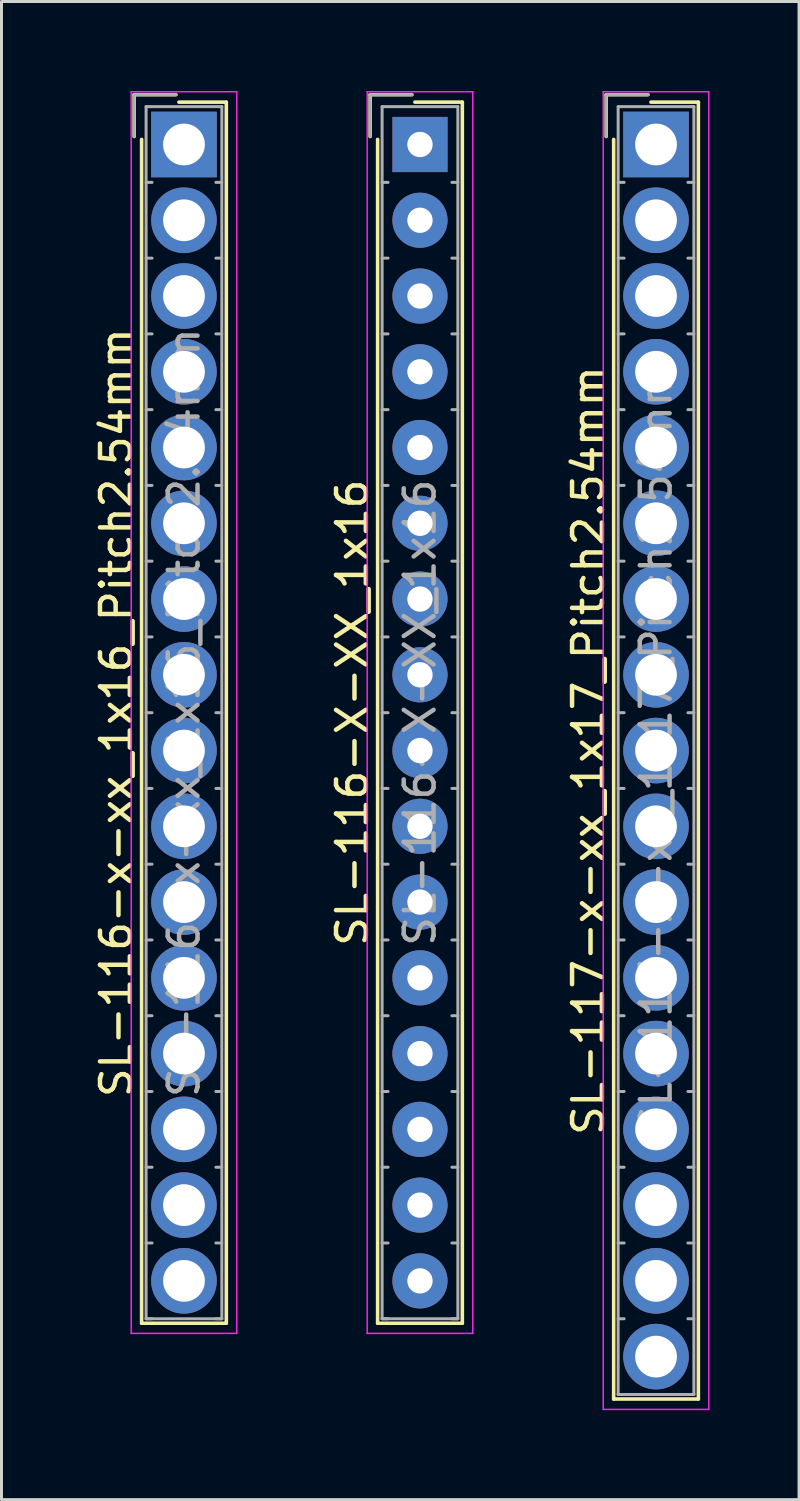
<source format=kicad_pcb>
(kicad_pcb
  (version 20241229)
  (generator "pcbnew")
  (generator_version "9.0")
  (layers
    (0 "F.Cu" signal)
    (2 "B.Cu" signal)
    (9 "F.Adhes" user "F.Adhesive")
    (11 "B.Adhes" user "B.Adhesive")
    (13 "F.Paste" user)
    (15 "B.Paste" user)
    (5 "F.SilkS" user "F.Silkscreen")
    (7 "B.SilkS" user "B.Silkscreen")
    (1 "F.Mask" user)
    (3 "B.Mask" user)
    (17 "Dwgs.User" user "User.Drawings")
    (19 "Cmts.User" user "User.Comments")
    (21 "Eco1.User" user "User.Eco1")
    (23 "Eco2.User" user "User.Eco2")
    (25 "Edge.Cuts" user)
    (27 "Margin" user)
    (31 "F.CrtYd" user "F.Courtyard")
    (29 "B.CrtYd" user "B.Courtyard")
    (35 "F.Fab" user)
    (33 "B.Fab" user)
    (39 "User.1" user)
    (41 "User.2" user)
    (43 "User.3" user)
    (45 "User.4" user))
  (footprint "SL-117-x-xx_1x17_Pitch2.54mm"
    (layer "F.Cu")
    (at 18.945 1.795)
    (property "Reference" "SL-117-x-xx_1x17_Pitch2.54mm" (at -2.27 20.32 90) (layer "F.SilkS") (effects (font (size 1 1) (thickness 0.15))))
    (attr through_hole)
    (fp_line (start -1.67 -1.67) (end -1.67 -0.27) (stroke (width 0.12) (type solid)) (layer "F.SilkS"))
    (fp_line (start -1.42 42.06) (end -1.42 -0.17) (stroke (width 0.12) (type solid)) (layer "F.SilkS"))
    (fp_line (start -0.27 -1.67) (end -1.67 -1.67) (stroke (width 0.12) (type solid)) (layer "F.SilkS"))
    (fp_line (start -0.17 -1.42) (end 1.42 -1.42) (stroke (width 0.12) (type solid)) (layer "F.SilkS"))
    (fp_line (start 1.42 -1.42) (end 1.42 42.06) (stroke (width 0.12) (type solid)) (layer "F.SilkS"))
    (fp_line (start 1.42 42.06) (end -1.42 42.06) (stroke (width 0.12) (type solid)) (layer "F.SilkS"))
    (fp_line (start -1.77 -1.77) (end -1.77 42.41) (stroke (width 0.05) (type solid)) (layer "F.CrtYd"))
    (fp_line (start -1.77 42.41) (end 1.77 42.41) (stroke (width 0.05) (type solid)) (layer "F.CrtYd"))
    (fp_line (start 1.77 -1.77) (end -1.77 -1.77) (stroke (width 0.05) (type solid)) (layer "F.CrtYd"))
    (fp_line (start 1.77 42.41) (end 1.77 -1.77) (stroke (width 0.05) (type solid)) (layer "F.CrtYd"))
    (fp_line (start -1.67 -1.67) (end -1.67 -0.27) (stroke (width 0.1) (type solid)) (layer "F.Fab"))
    (fp_line (start -1.27 -1.27) (end -1.27 41.91) (stroke (width 0.1) (type solid)) (layer "F.Fab"))
    (fp_line (start -1.27 1.27) (end -1.07 1.27) (stroke (width 0.1) (type solid)) (layer "F.Fab"))
    (fp_line (start -1.27 3.81) (end -1.07 3.81) (stroke (width 0.1) (type solid)) (layer "F.Fab"))
    (fp_line (start -1.27 6.35) (end -1.07 6.35) (stroke (width 0.1) (type solid)) (layer "F.Fab"))
    (fp_line (start -1.27 8.89) (end -1.07 8.89) (stroke (width 0.1) (type solid)) (layer "F.Fab"))
    (fp_line (start -1.27 11.43) (end -1.07 11.43) (stroke (width 0.1) (type solid)) (layer "F.Fab"))
    (fp_line (start -1.27 13.97) (end -1.07 13.97) (stroke (width 0.1) (type solid)) (layer "F.Fab"))
    (fp_line (start -1.27 16.51) (end -1.07 16.51) (stroke (width 0.1) (type solid)) (layer "F.Fab"))
    (fp_line (start -1.27 19.05) (end -1.07 19.05) (stroke (width 0.1) (type solid)) (layer "F.Fab"))
    (fp_line (start -1.27 21.59) (end -1.07 21.59) (stroke (width 0.1) (type solid)) (layer "F.Fab"))
    (fp_line (start -1.27 24.13) (end -1.07 24.13) (stroke (width 0.1) (type solid)) (layer "F.Fab"))
    (fp_line (start -1.27 26.67) (end -1.07 26.67) (stroke (width 0.1) (type solid)) (layer "F.Fab"))
    (fp_line (start -1.27 29.21) (end -1.07 29.21) (stroke (width 0.1) (type solid)) (layer "F.Fab"))
    (fp_line (start -1.27 31.75) (end -1.07 31.75) (stroke (width 0.1) (type solid)) (layer "F.Fab"))
    (fp_line (start -1.27 34.29) (end -1.07 34.29) (stroke (width 0.1) (type solid)) (layer "F.Fab"))
    (fp_line (start -1.27 36.83) (end -1.07 36.83) (stroke (width 0.1) (type solid)) (layer "F.Fab"))
    (fp_line (start -1.27 39.37) (end -1.07 39.37) (stroke (width 0.1) (type solid)) (layer "F.Fab"))
    (fp_line (start -1.27 41.91) (end -1.07 41.91) (stroke (width 0.1) (type solid)) (layer "F.Fab"))
    (fp_line (start -1.27 41.91) (end 1.27 41.91) (stroke (width 0.1) (type solid)) (layer "F.Fab"))
    (fp_line (start -0.27 -1.67) (end -1.67 -1.67) (stroke (width 0.1) (type solid)) (layer "F.Fab"))
    (fp_line (start 1.27 -1.27) (end -1.27 -1.27) (stroke (width 0.1) (type solid)) (layer "F.Fab"))
    (fp_line (start 1.27 1.27) (end 1.07 1.27) (stroke (width 0.1) (type solid)) (layer "F.Fab"))
    (fp_line (start 1.27 3.81) (end 1.07 3.81) (stroke (width 0.1) (type solid)) (layer "F.Fab"))
    (fp_line (start 1.27 6.35) (end 1.07 6.35) (stroke (width 0.1) (type solid)) (layer "F.Fab"))
    (fp_line (start 1.27 8.89) (end 1.07 8.89) (stroke (width 0.1) (type solid)) (layer "F.Fab"))
    (fp_line (start 1.27 11.43) (end 1.07 11.43) (stroke (width 0.1) (type solid)) (layer "F.Fab"))
    (fp_line (start 1.27 13.97) (end 1.07 13.97) (stroke (width 0.1) (type solid)) (layer "F.Fab"))
    (fp_line (start 1.27 16.51) (end 1.07 16.51) (stroke (width 0.1) (type solid)) (layer "F.Fab"))
    (fp_line (start 1.27 19.05) (end 1.07 19.05) (stroke (width 0.1) (type solid)) (layer "F.Fab"))
    (fp_line (start 1.27 21.59) (end 1.07 21.59) (stroke (width 0.1) (type solid)) (layer "F.Fab"))
    (fp_line (start 1.27 24.13) (end 1.07 24.13) (stroke (width 0.1) (type solid)) (layer "F.Fab"))
    (fp_line (start 1.27 26.67) (end 1.07 26.67) (stroke (width 0.1) (type solid)) (layer "F.Fab"))
    (fp_line (start 1.27 29.21) (end 1.07 29.21) (stroke (width 0.1) (type solid)) (layer "F.Fab"))
    (fp_line (start 1.27 31.75) (end 1.07 31.75) (stroke (width 0.1) (type solid)) (layer "F.Fab"))
    (fp_line (start 1.27 34.29) (end 1.07 34.29) (stroke (width 0.1) (type solid)) (layer "F.Fab"))
    (fp_line (start 1.27 36.83) (end 1.07 36.83) (stroke (width 0.1) (type solid)) (layer "F.Fab"))
    (fp_line (start 1.27 39.37) (end 1.07 39.37) (stroke (width 0.1) (type solid)) (layer "F.Fab"))
    (fp_line (start 1.27 41.91) (end 1.07 41.91) (stroke (width 0.1) (type solid)) (layer "F.Fab"))
    (fp_line (start 1.27 41.91) (end 1.27 -1.27) (stroke (width 0.1) (type solid)) (layer "F.Fab"))
    (fp_text user "${REFERENCE}" (at 0 20.32 90) (layer "F.Fab") (effects (font (size 1 1) (thickness 0.15))))
    (pad "1" thru_hole rect (at 0 0) (size 2.2 2.2) (drill 1.4) (layers "*.Cu" "*.Mask"))
    (pad "2" thru_hole circle (at 0 2.54) (size 2.2 2.2) (drill 1.4) (layers "*.Cu" "*.Mask"))
    (pad "3" thru_hole circle (at 0 5.08) (size 2.2 2.2) (drill 1.4) (layers "*.Cu" "*.Mask"))
    (pad "4" thru_hole circle (at 0 7.62) (size 2.2 2.2) (drill 1.4) (layers "*.Cu" "*.Mask"))
    (pad "5" thru_hole circle (at 0 10.16) (size 2.2 2.2) (drill 1.4) (layers "*.Cu" "*.Mask"))
    (pad "6" thru_hole circle (at 0 12.7) (size 2.2 2.2) (drill 1.4) (layers "*.Cu" "*.Mask"))
    (pad "7" thru_hole circle (at 0 15.24) (size 2.2 2.2) (drill 1.4) (layers "*.Cu" "*.Mask"))
    (pad "8" thru_hole circle (at 0 17.78) (size 2.2 2.2) (drill 1.4) (layers "*.Cu" "*.Mask"))
    (pad "9" thru_hole circle (at 0 20.32) (size 2.2 2.2) (drill 1.4) (layers "*.Cu" "*.Mask"))
    (pad "10" thru_hole circle (at 0 22.86) (size 2.2 2.2) (drill 1.4) (layers "*.Cu" "*.Mask"))
    (pad "11" thru_hole circle (at 0 25.4) (size 2.2 2.2) (drill 1.4) (layers "*.Cu" "*.Mask"))
    (pad "12" thru_hole circle (at 0 27.94) (size 2.2 2.2) (drill 1.4) (layers "*.Cu" "*.Mask"))
    (pad "13" thru_hole circle (at 0 30.48) (size 2.2 2.2) (drill 1.4) (layers "*.Cu" "*.Mask"))
    (pad "14" thru_hole circle (at 0 33.02) (size 2.2 2.2) (drill 1.4) (layers "*.Cu" "*.Mask"))
    (pad "15" thru_hole circle (at 0 35.56) (size 2.2 2.2) (drill 1.4) (layers "*.Cu" "*.Mask"))
    (pad "16" thru_hole circle (at 0 38.1) (size 2.2 2.2) (drill 1.4) (layers "*.Cu" "*.Mask"))
    (pad "17" thru_hole circle (at 0 40.64) (size 2.2 2.2) (drill 1.4) (layers "*.Cu" "*.Mask")))
  (footprint "SL-116-x-xx_1x16_Pitch2.54mm"
    (layer "F.Cu")
    (at 3.118 1.795)
    (property "Reference" "SL-116-x-xx_1x16_Pitch2.54mm" (at -2.27 19.05 90) (layer "F.SilkS") (effects (font (size 1 1) (thickness 0.15))))
    (attr through_hole)
    (fp_line (start -1.67 -1.67) (end -1.67 -0.27) (stroke (width 0.12) (type solid)) (layer "F.SilkS"))
    (fp_line (start -1.42 39.52) (end -1.42 -0.17) (stroke (width 0.12) (type solid)) (layer "F.SilkS"))
    (fp_line (start -0.27 -1.67) (end -1.67 -1.67) (stroke (width 0.12) (type solid)) (layer "F.SilkS"))
    (fp_line (start -0.17 -1.42) (end 1.42 -1.42) (stroke (width 0.12) (type solid)) (layer "F.SilkS"))
    (fp_line (start 1.42 -1.42) (end 1.42 39.52) (stroke (width 0.12) (type solid)) (layer "F.SilkS"))
    (fp_line (start 1.42 39.52) (end -1.42 39.52) (stroke (width 0.12) (type solid)) (layer "F.SilkS"))
    (fp_line (start -1.77 -1.77) (end -1.77 39.86) (stroke (width 0.05) (type solid)) (layer "F.CrtYd"))
    (fp_line (start -1.77 39.86) (end 1.77 39.86) (stroke (width 0.05) (type solid)) (layer "F.CrtYd"))
    (fp_line (start 1.77 -1.77) (end -1.77 -1.77) (stroke (width 0.05) (type solid)) (layer "F.CrtYd"))
    (fp_line (start 1.77 39.86) (end 1.77 -1.77) (stroke (width 0.05) (type solid)) (layer "F.CrtYd"))
    (fp_line (start -1.67 -1.67) (end -1.67 -0.27) (stroke (width 0.1) (type solid)) (layer "F.Fab"))
    (fp_line (start -1.27 -1.27) (end -1.27 39.37) (stroke (width 0.1) (type solid)) (layer "F.Fab"))
    (fp_line (start -1.27 1.27) (end -1.07 1.27) (stroke (width 0.1) (type solid)) (layer "F.Fab"))
    (fp_line (start -1.27 3.81) (end -1.07 3.81) (stroke (width 0.1) (type solid)) (layer "F.Fab"))
    (fp_line (start -1.27 6.35) (end -1.07 6.35) (stroke (width 0.1) (type solid)) (layer "F.Fab"))
    (fp_line (start -1.27 8.89) (end -1.07 8.89) (stroke (width 0.1) (type solid)) (layer "F.Fab"))
    (fp_line (start -1.27 11.43) (end -1.07 11.43) (stroke (width 0.1) (type solid)) (layer "F.Fab"))
    (fp_line (start -1.27 13.97) (end -1.07 13.97) (stroke (width 0.1) (type solid)) (layer "F.Fab"))
    (fp_line (start -1.27 16.51) (end -1.07 16.51) (stroke (width 0.1) (type solid)) (layer "F.Fab"))
    (fp_line (start -1.27 19.05) (end -1.07 19.05) (stroke (width 0.1) (type solid)) (layer "F.Fab"))
    (fp_line (start -1.27 21.59) (end -1.07 21.59) (stroke (width 0.1) (type solid)) (layer "F.Fab"))
    (fp_line (start -1.27 24.13) (end -1.07 24.13) (stroke (width 0.1) (type solid)) (layer "F.Fab"))
    (fp_line (start -1.27 26.67) (end -1.07 26.67) (stroke (width 0.1) (type solid)) (layer "F.Fab"))
    (fp_line (start -1.27 29.21) (end -1.07 29.21) (stroke (width 0.1) (type solid)) (layer "F.Fab"))
    (fp_line (start -1.27 31.75) (end -1.07 31.75) (stroke (width 0.1) (type solid)) (layer "F.Fab"))
    (fp_line (start -1.27 34.29) (end -1.07 34.29) (stroke (width 0.1) (type solid)) (layer "F.Fab"))
    (fp_line (start -1.27 36.83) (end -1.07 36.83) (stroke (width 0.1) (type solid)) (layer "F.Fab"))
    (fp_line (start -1.27 39.37) (end -1.07 39.37) (stroke (width 0.1) (type solid)) (layer "F.Fab"))
    (fp_line (start -1.27 39.37) (end 1.27 39.37) (stroke (width 0.1) (type solid)) (layer "F.Fab"))
    (fp_line (start -0.27 -1.67) (end -1.67 -1.67) (stroke (width 0.1) (type solid)) (layer "F.Fab"))
    (fp_line (start 1.27 -1.27) (end -1.27 -1.27) (stroke (width 0.1) (type solid)) (layer "F.Fab"))
    (fp_line (start 1.27 1.27) (end 1.07 1.27) (stroke (width 0.1) (type solid)) (layer "F.Fab"))
    (fp_line (start 1.27 3.81) (end 1.07 3.81) (stroke (width 0.1) (type solid)) (layer "F.Fab"))
    (fp_line (start 1.27 6.35) (end 1.07 6.35) (stroke (width 0.1) (type solid)) (layer "F.Fab"))
    (fp_line (start 1.27 8.89) (end 1.07 8.89) (stroke (width 0.1) (type solid)) (layer "F.Fab"))
    (fp_line (start 1.27 11.43) (end 1.07 11.43) (stroke (width 0.1) (type solid)) (layer "F.Fab"))
    (fp_line (start 1.27 13.97) (end 1.07 13.97) (stroke (width 0.1) (type solid)) (layer "F.Fab"))
    (fp_line (start 1.27 16.51) (end 1.07 16.51) (stroke (width 0.1) (type solid)) (layer "F.Fab"))
    (fp_line (start 1.27 19.05) (end 1.07 19.05) (stroke (width 0.1) (type solid)) (layer "F.Fab"))
    (fp_line (start 1.27 21.59) (end 1.07 21.59) (stroke (width 0.1) (type solid)) (layer "F.Fab"))
    (fp_line (start 1.27 24.13) (end 1.07 24.13) (stroke (width 0.1) (type solid)) (layer "F.Fab"))
    (fp_line (start 1.27 26.67) (end 1.07 26.67) (stroke (width 0.1) (type solid)) (layer "F.Fab"))
    (fp_line (start 1.27 29.21) (end 1.07 29.21) (stroke (width 0.1) (type solid)) (layer "F.Fab"))
    (fp_line (start 1.27 31.75) (end 1.07 31.75) (stroke (width 0.1) (type solid)) (layer "F.Fab"))
    (fp_line (start 1.27 34.29) (end 1.07 34.29) (stroke (width 0.1) (type solid)) (layer "F.Fab"))
    (fp_line (start 1.27 36.83) (end 1.07 36.83) (stroke (width 0.1) (type solid)) (layer "F.Fab"))
    (fp_line (start 1.27 39.37) (end 1.07 39.37) (stroke (width 0.1) (type solid)) (layer "F.Fab"))
    (fp_line (start 1.27 39.37) (end 1.27 -1.27) (stroke (width 0.1) (type solid)) (layer "F.Fab"))
    (fp_text user "${REFERENCE}" (at 0 19.05 90) (layer "F.Fab") (effects (font (size 1 1) (thickness 0.15))))
    (pad "1" thru_hole rect (at 0 0) (size 2.2 2.2) (drill 1.4) (layers "*.Cu" "*.Mask"))
    (pad "2" thru_hole circle (at 0 2.54) (size 2.2 2.2) (drill 1.4) (layers "*.Cu" "*.Mask"))
    (pad "3" thru_hole circle (at 0 5.08) (size 2.2 2.2) (drill 1.4) (layers "*.Cu" "*.Mask"))
    (pad "4" thru_hole circle (at 0 7.62) (size 2.2 2.2) (drill 1.4) (layers "*.Cu" "*.Mask"))
    (pad "5" thru_hole circle (at 0 10.16) (size 2.2 2.2) (drill 1.4) (layers "*.Cu" "*.Mask"))
    (pad "6" thru_hole circle (at 0 12.7) (size 2.2 2.2) (drill 1.4) (layers "*.Cu" "*.Mask"))
    (pad "7" thru_hole circle (at 0 15.24) (size 2.2 2.2) (drill 1.4) (layers "*.Cu" "*.Mask"))
    (pad "8" thru_hole circle (at 0 17.78) (size 2.2 2.2) (drill 1.4) (layers "*.Cu" "*.Mask"))
    (pad "9" thru_hole circle (at 0 20.32) (size 2.2 2.2) (drill 1.4) (layers "*.Cu" "*.Mask"))
    (pad "10" thru_hole circle (at 0 22.86) (size 2.2 2.2) (drill 1.4) (layers "*.Cu" "*.Mask"))
    (pad "11" thru_hole circle (at 0 25.4) (size 2.2 2.2) (drill 1.4) (layers "*.Cu" "*.Mask"))
    (pad "12" thru_hole circle (at 0 27.94) (size 2.2 2.2) (drill 1.4) (layers "*.Cu" "*.Mask"))
    (pad "13" thru_hole circle (at 0 30.48) (size 2.2 2.2) (drill 1.4) (layers "*.Cu" "*.Mask"))
    (pad "14" thru_hole circle (at 0 33.02) (size 2.2 2.2) (drill 1.4) (layers "*.Cu" "*.Mask"))
    (pad "15" thru_hole circle (at 0 35.56) (size 2.2 2.2) (drill 1.4) (layers "*.Cu" "*.Mask"))
    (pad "16" thru_hole circle (at 0 38.1) (size 2.2 2.2) (drill 1.4) (layers "*.Cu" "*.Mask")))
  (footprint "SL-116-X-XX_1x16"
    (layer "F.Cu")
    (at 11.031 1.795)
    (property "Reference" "SL-116-X-XX_1x16" (at -2.27 19.05 90) (layer "F.SilkS") (effects (font (size 1 1) (thickness 0.15))))
    (attr through_hole)
    (fp_line (start -1.67 -1.67) (end -1.67 -0.27) (stroke (width 0.12) (type solid)) (layer "F.SilkS"))
    (fp_line (start -1.42 39.52) (end -1.42 -0.17) (stroke (width 0.12) (type solid)) (layer "F.SilkS"))
    (fp_line (start -0.27 -1.67) (end -1.67 -1.67) (stroke (width 0.12) (type solid)) (layer "F.SilkS"))
    (fp_line (start -0.17 -1.42) (end 1.42 -1.42) (stroke (width 0.12) (type solid)) (layer "F.SilkS"))
    (fp_line (start 1.42 -1.42) (end 1.42 39.52) (stroke (width 0.12) (type solid)) (layer "F.SilkS"))
    (fp_line (start 1.42 39.52) (end -1.42 39.52) (stroke (width 0.12) (type solid)) (layer "F.SilkS"))
    (fp_line (start -1.77 -1.77) (end -1.77 39.86) (stroke (width 0.05) (type solid)) (layer "F.CrtYd"))
    (fp_line (start -1.77 39.86) (end 1.77 39.86) (stroke (width 0.05) (type solid)) (layer "F.CrtYd"))
    (fp_line (start 1.77 -1.77) (end -1.77 -1.77) (stroke (width 0.05) (type solid)) (layer "F.CrtYd"))
    (fp_line (start 1.77 39.86) (end 1.77 -1.77) (stroke (width 0.05) (type solid)) (layer "F.CrtYd"))
    (fp_line (start -1.67 -1.67) (end -1.67 -0.27) (stroke (width 0.1) (type solid)) (layer "F.Fab"))
    (fp_line (start -1.27 -1.27) (end -1.27 39.37) (stroke (width 0.1) (type solid)) (layer "F.Fab"))
    (fp_line (start -1.27 1.27) (end -1.07 1.27) (stroke (width 0.1) (type solid)) (layer "F.Fab"))
    (fp_line (start -1.27 3.81) (end -1.07 3.81) (stroke (width 0.1) (type solid)) (layer "F.Fab"))
    (fp_line (start -1.27 6.35) (end -1.07 6.35) (stroke (width 0.1) (type solid)) (layer "F.Fab"))
    (fp_line (start -1.27 8.89) (end -1.07 8.89) (stroke (width 0.1) (type solid)) (layer "F.Fab"))
    (fp_line (start -1.27 11.43) (end -1.07 11.43) (stroke (width 0.1) (type solid)) (layer "F.Fab"))
    (fp_line (start -1.27 13.97) (end -1.07 13.97) (stroke (width 0.1) (type solid)) (layer "F.Fab"))
    (fp_line (start -1.27 16.51) (end -1.07 16.51) (stroke (width 0.1) (type solid)) (layer "F.Fab"))
    (fp_line (start -1.27 19.05) (end -1.07 19.05) (stroke (width 0.1) (type solid)) (layer "F.Fab"))
    (fp_line (start -1.27 21.59) (end -1.07 21.59) (stroke (width 0.1) (type solid)) (layer "F.Fab"))
    (fp_line (start -1.27 24.13) (end -1.07 24.13) (stroke (width 0.1) (type solid)) (layer "F.Fab"))
    (fp_line (start -1.27 26.67) (end -1.07 26.67) (stroke (width 0.1) (type solid)) (layer "F.Fab"))
    (fp_line (start -1.27 29.21) (end -1.07 29.21) (stroke (width 0.1) (type solid)) (layer "F.Fab"))
    (fp_line (start -1.27 31.75) (end -1.07 31.75) (stroke (width 0.1) (type solid)) (layer "F.Fab"))
    (fp_line (start -1.27 34.29) (end -1.07 34.29) (stroke (width 0.1) (type solid)) (layer "F.Fab"))
    (fp_line (start -1.27 36.83) (end -1.07 36.83) (stroke (width 0.1) (type solid)) (layer "F.Fab"))
    (fp_line (start -1.27 39.37) (end -1.07 39.37) (stroke (width 0.1) (type solid)) (layer "F.Fab"))
    (fp_line (start -1.27 39.37) (end 1.27 39.37) (stroke (width 0.1) (type solid)) (layer "F.Fab"))
    (fp_line (start -0.27 -1.67) (end -1.67 -1.67) (stroke (width 0.1) (type solid)) (layer "F.Fab"))
    (fp_line (start 1.27 -1.27) (end -1.27 -1.27) (stroke (width 0.1) (type solid)) (layer "F.Fab"))
    (fp_line (start 1.27 1.27) (end 1.07 1.27) (stroke (width 0.1) (type solid)) (layer "F.Fab"))
    (fp_line (start 1.27 3.81) (end 1.07 3.81) (stroke (width 0.1) (type solid)) (layer "F.Fab"))
    (fp_line (start 1.27 6.35) (end 1.07 6.35) (stroke (width 0.1) (type solid)) (layer "F.Fab"))
    (fp_line (start 1.27 8.89) (end 1.07 8.89) (stroke (width 0.1) (type solid)) (layer "F.Fab"))
    (fp_line (start 1.27 11.43) (end 1.07 11.43) (stroke (width 0.1) (type solid)) (layer "F.Fab"))
    (fp_line (start 1.27 13.97) (end 1.07 13.97) (stroke (width 0.1) (type solid)) (layer "F.Fab"))
    (fp_line (start 1.27 16.51) (end 1.07 16.51) (stroke (width 0.1) (type solid)) (layer "F.Fab"))
    (fp_line (start 1.27 19.05) (end 1.07 19.05) (stroke (width 0.1) (type solid)) (layer "F.Fab"))
    (fp_line (start 1.27 21.59) (end 1.07 21.59) (stroke (width 0.1) (type solid)) (layer "F.Fab"))
    (fp_line (start 1.27 24.13) (end 1.07 24.13) (stroke (width 0.1) (type solid)) (layer "F.Fab"))
    (fp_line (start 1.27 26.67) (end 1.07 26.67) (stroke (width 0.1) (type solid)) (layer "F.Fab"))
    (fp_line (start 1.27 29.21) (end 1.07 29.21) (stroke (width 0.1) (type solid)) (layer "F.Fab"))
    (fp_line (start 1.27 31.75) (end 1.07 31.75) (stroke (width 0.1) (type solid)) (layer "F.Fab"))
    (fp_line (start 1.27 34.29) (end 1.07 34.29) (stroke (width 0.1) (type solid)) (layer "F.Fab"))
    (fp_line (start 1.27 36.83) (end 1.07 36.83) (stroke (width 0.1) (type solid)) (layer "F.Fab"))
    (fp_line (start 1.27 39.37) (end 1.07 39.37) (stroke (width 0.1) (type solid)) (layer "F.Fab"))
    (fp_line (start 1.27 39.37) (end 1.27 -1.27) (stroke (width 0.1) (type solid)) (layer "F.Fab"))
    (fp_text user "${REFERENCE}" (at 0 19.05 90) (layer "F.Fab") (effects (font (size 1 1) (thickness 0.15))))
    (pad "1" thru_hole rect (at 0 0) (size 1.85 1.85) (drill 0.85) (layers "*.Cu" "*.Mask"))
    (pad "2" thru_hole circle (at 0 2.54) (size 1.85 1.85) (drill 0.85) (layers "*.Cu" "*.Mask"))
    (pad "3" thru_hole circle (at 0 5.08) (size 1.85 1.85) (drill 0.85) (layers "*.Cu" "*.Mask"))
    (pad "4" thru_hole circle (at 0 7.62) (size 1.85 1.85) (drill 0.85) (layers "*.Cu" "*.Mask"))
    (pad "5" thru_hole circle (at 0 10.16) (size 1.85 1.85) (drill 0.85) (layers "*.Cu" "*.Mask"))
    (pad "6" thru_hole circle (at 0 12.7) (size 1.85 1.85) (drill 0.85) (layers "*.Cu" "*.Mask"))
    (pad "7" thru_hole circle (at 0 15.24) (size 1.85 1.85) (drill 0.85) (layers "*.Cu" "*.Mask"))
    (pad "8" thru_hole circle (at 0 17.78) (size 1.85 1.85) (drill 0.85) (layers "*.Cu" "*.Mask"))
    (pad "9" thru_hole circle (at 0 20.32) (size 1.85 1.85) (drill 0.85) (layers "*.Cu" "*.Mask"))
    (pad "10" thru_hole circle (at 0 22.86) (size 1.85 1.85) (drill 0.85) (layers "*.Cu" "*.Mask"))
    (pad "11" thru_hole circle (at 0 25.4) (size 1.85 1.85) (drill 0.85) (layers "*.Cu" "*.Mask"))
    (pad "12" thru_hole circle (at 0 27.94) (size 1.85 1.85) (drill 0.85) (layers "*.Cu" "*.Mask"))
    (pad "13" thru_hole circle (at 0 30.48) (size 1.85 1.85) (drill 0.85) (layers "*.Cu" "*.Mask"))
    (pad "14" thru_hole circle (at 0 33.02) (size 1.85 1.85) (drill 0.85) (layers "*.Cu" "*.Mask"))
    (pad "15" thru_hole circle (at 0 35.56) (size 1.85 1.85) (drill 0.85) (layers "*.Cu" "*.Mask"))
    (pad "16" thru_hole circle (at 0 38.1) (size 1.85 1.85) (drill 0.85) (layers "*.Cu" "*.Mask")))
  (gr_rect
    (start -3 -3)
    (end 23.74 47.23)
    (stroke (width 0.1) (type default))
    (fill no)
    (layer "Edge.Cuts")))
</source>
